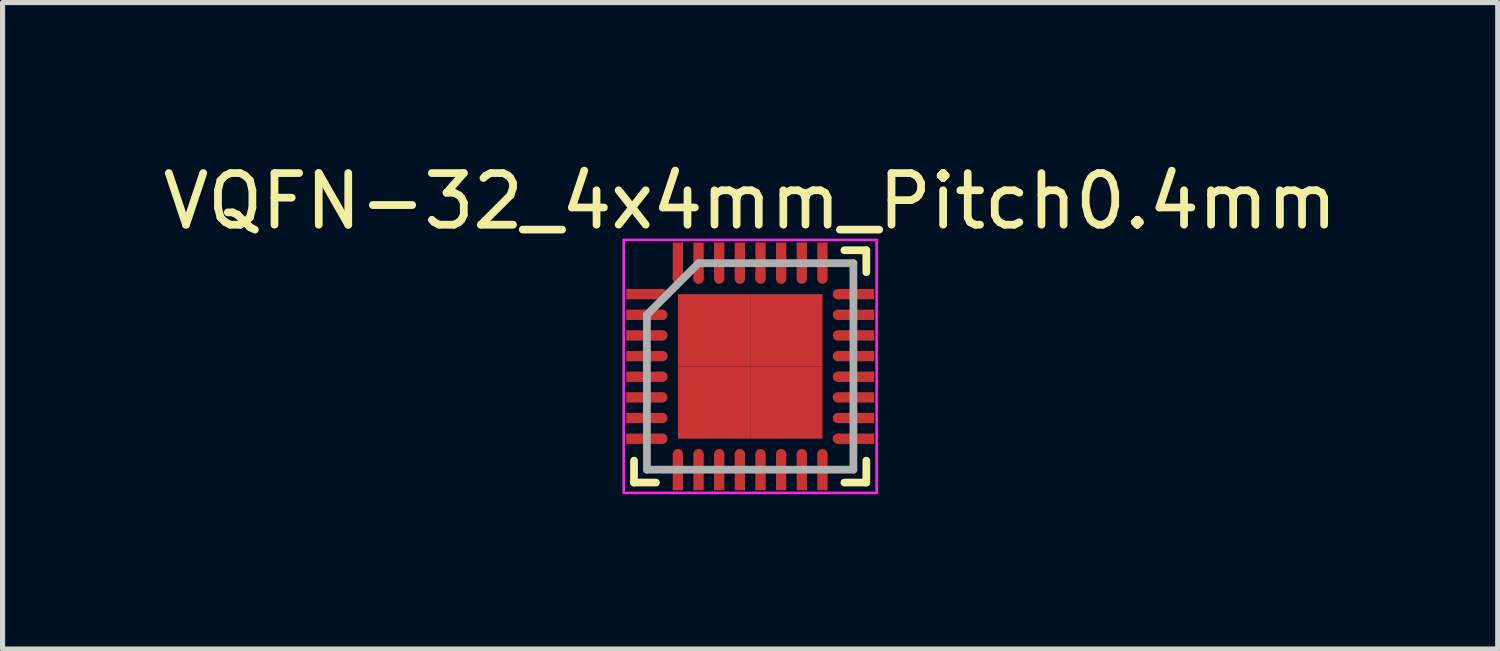
<source format=kicad_pcb>
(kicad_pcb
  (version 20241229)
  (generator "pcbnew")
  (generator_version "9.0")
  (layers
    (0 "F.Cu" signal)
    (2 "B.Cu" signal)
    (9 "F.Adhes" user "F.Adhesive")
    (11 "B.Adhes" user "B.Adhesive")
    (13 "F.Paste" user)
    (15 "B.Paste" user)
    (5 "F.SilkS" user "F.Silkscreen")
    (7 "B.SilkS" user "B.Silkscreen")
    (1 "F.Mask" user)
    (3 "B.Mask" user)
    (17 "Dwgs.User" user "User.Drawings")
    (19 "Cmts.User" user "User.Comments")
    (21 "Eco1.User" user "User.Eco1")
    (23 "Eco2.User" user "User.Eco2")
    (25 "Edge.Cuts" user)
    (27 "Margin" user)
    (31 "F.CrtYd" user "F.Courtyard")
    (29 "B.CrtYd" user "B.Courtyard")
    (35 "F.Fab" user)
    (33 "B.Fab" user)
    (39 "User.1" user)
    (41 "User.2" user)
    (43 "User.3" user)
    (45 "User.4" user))
  (footprint "VQFN-32_4x4mm_Pitch0.4mm"
    (layer "F.Cu")
    (at 11.482 4.048)
    (property "Reference" "VQFN-32_4x4mm_Pitch0.4mm" (at 0 -3.2 0) (layer "F.SilkS") (effects (font (size 1 1) (thickness 0.15))))
    (attr smd)
    (fp_line (start -2.25 2.25) (end -2.25 1.825) (stroke (width 0.15) (type solid)) (layer "F.SilkS"))
    (fp_line (start -2.25 2.25) (end -1.825 2.25) (stroke (width 0.15) (type solid)) (layer "F.SilkS"))
    (fp_line (start 2.25 -2.25) (end 1.825 -2.25) (stroke (width 0.15) (type solid)) (layer "F.SilkS"))
    (fp_line (start 2.25 -2.25) (end 2.25 -1.825) (stroke (width 0.15) (type solid)) (layer "F.SilkS"))
    (fp_line (start 2.25 2.25) (end 1.825 2.25) (stroke (width 0.15) (type solid)) (layer "F.SilkS"))
    (fp_line (start 2.25 2.25) (end 2.25 1.825) (stroke (width 0.15) (type solid)) (layer "F.SilkS"))
    (fp_line (start -2.45 -2.45) (end -2.45 2.45) (stroke (width 0.05) (type solid)) (layer "F.CrtYd"))
    (fp_line (start -2.45 -2.45) (end 2.45 -2.45) (stroke (width 0.05) (type solid)) (layer "F.CrtYd"))
    (fp_line (start -2.45 2.45) (end 2.45 2.45) (stroke (width 0.05) (type solid)) (layer "F.CrtYd"))
    (fp_line (start 2.45 -2.45) (end 2.45 2.45) (stroke (width 0.05) (type solid)) (layer "F.CrtYd"))
    (fp_line (start -2 -1) (end -1 -2) (stroke (width 0.15) (type solid)) (layer "F.Fab"))
    (fp_line (start -2 2) (end -2 -1) (stroke (width 0.15) (type solid)) (layer "F.Fab"))
    (fp_line (start -1 -2) (end 2 -2) (stroke (width 0.15) (type solid)) (layer "F.Fab"))
    (fp_line (start 2 -2) (end 2 2) (stroke (width 0.15) (type solid)) (layer "F.Fab"))
    (fp_line (start 2 2) (end -2 2) (stroke (width 0.15) (type solid)) (layer "F.Fab"))
    (pad "1" smd rect (at -2.05 -1.4) (size 0.7 0.2) (layers "F.Cu" "F.Mask" "F.Paste"))
    (pad "1" smd circle (at -1.7 -1.4 90) (size 0.2 0.2) (layers "F.Cu" "F.Mask" "F.Paste"))
    (pad "2" smd rect (at -2.05 -1) (size 0.7 0.2) (layers "F.Cu" "F.Mask" "F.Paste"))
    (pad "2" smd circle (at -1.7 -1 90) (size 0.2 0.2) (layers "F.Cu" "F.Mask" "F.Paste"))
    (pad "3" smd rect (at -2.05 -0.6) (size 0.7 0.2) (layers "F.Cu" "F.Mask" "F.Paste"))
    (pad "3" smd circle (at -1.7 -0.6 90) (size 0.2 0.2) (layers "F.Cu" "F.Mask" "F.Paste"))
    (pad "4" smd rect (at -2.05 -0.2) (size 0.7 0.2) (layers "F.Cu" "F.Mask" "F.Paste"))
    (pad "4" smd circle (at -1.7 -0.2 90) (size 0.2 0.2) (layers "F.Cu" "F.Mask" "F.Paste"))
    (pad "5" smd rect (at -2.05 0.2) (size 0.7 0.2) (layers "F.Cu" "F.Mask" "F.Paste"))
    (pad "5" smd circle (at -1.7 0.2 90) (size 0.2 0.2) (layers "F.Cu" "F.Mask" "F.Paste"))
    (pad "6" smd rect (at -2.05 0.6) (size 0.7 0.2) (layers "F.Cu" "F.Mask" "F.Paste"))
    (pad "6" smd circle (at -1.7 0.6 90) (size 0.2 0.2) (layers "F.Cu" "F.Mask" "F.Paste"))
    (pad "7" smd rect (at -2.05 1) (size 0.7 0.2) (layers "F.Cu" "F.Mask" "F.Paste"))
    (pad "7" smd circle (at -1.7 1 90) (size 0.2 0.2) (layers "F.Cu" "F.Mask" "F.Paste"))
    (pad "8" smd rect (at -2.05 1.4) (size 0.7 0.2) (layers "F.Cu" "F.Mask" "F.Paste"))
    (pad "8" smd circle (at -1.7 1.4 90) (size 0.2 0.2) (layers "F.Cu" "F.Mask" "F.Paste"))
    (pad "9" smd circle (at -1.4 1.7 90) (size 0.2 0.2) (layers "F.Cu" "F.Mask" "F.Paste"))
    (pad "9" smd rect (at -1.4 2.05 90) (size 0.7 0.2) (layers "F.Cu" "F.Mask" "F.Paste"))
    (pad "10" smd circle (at -1 1.7 90) (size 0.2 0.2) (layers "F.Cu" "F.Mask" "F.Paste"))
    (pad "10" smd rect (at -1 2.05 90) (size 0.7 0.2) (layers "F.Cu" "F.Mask" "F.Paste"))
    (pad "11" smd circle (at -0.6 1.7 90) (size 0.2 0.2) (layers "F.Cu" "F.Mask" "F.Paste"))
    (pad "11" smd rect (at -0.6 2.05 90) (size 0.7 0.2) (layers "F.Cu" "F.Mask" "F.Paste"))
    (pad "12" smd circle (at -0.2 1.7 90) (size 0.2 0.2) (layers "F.Cu" "F.Mask" "F.Paste"))
    (pad "12" smd rect (at -0.2 2.05 90) (size 0.7 0.2) (layers "F.Cu" "F.Mask" "F.Paste"))
    (pad "13" smd circle (at 0.2 1.7 90) (size 0.2 0.2) (layers "F.Cu" "F.Mask" "F.Paste"))
    (pad "13" smd rect (at 0.2 2.05 90) (size 0.7 0.2) (layers "F.Cu" "F.Mask" "F.Paste"))
    (pad "14" smd circle (at 0.6 1.7 90) (size 0.2 0.2) (layers "F.Cu" "F.Mask" "F.Paste"))
    (pad "14" smd rect (at 0.6 2.05 90) (size 0.7 0.2) (layers "F.Cu" "F.Mask" "F.Paste"))
    (pad "15" smd circle (at 1 1.7 90) (size 0.2 0.2) (layers "F.Cu" "F.Mask" "F.Paste"))
    (pad "15" smd rect (at 1 2.05 90) (size 0.7 0.2) (layers "F.Cu" "F.Mask" "F.Paste"))
    (pad "16" smd circle (at 1.4 1.7 90) (size 0.2 0.2) (layers "F.Cu" "F.Mask" "F.Paste"))
    (pad "16" smd rect (at 1.4 2.05 90) (size 0.7 0.2) (layers "F.Cu" "F.Mask" "F.Paste"))
    (pad "17" smd circle (at 1.7 1.4 90) (size 0.2 0.2) (layers "F.Cu" "F.Mask" "F.Paste"))
    (pad "17" smd rect (at 2.05 1.4) (size 0.7 0.2) (layers "F.Cu" "F.Mask" "F.Paste"))
    (pad "18" smd circle (at 1.7 1 90) (size 0.2 0.2) (layers "F.Cu" "F.Mask" "F.Paste"))
    (pad "18" smd rect (at 2.05 1) (size 0.7 0.2) (layers "F.Cu" "F.Mask" "F.Paste"))
    (pad "19" smd circle (at 1.7 0.6 90) (size 0.2 0.2) (layers "F.Cu" "F.Mask" "F.Paste"))
    (pad "19" smd rect (at 2.05 0.6) (size 0.7 0.2) (layers "F.Cu" "F.Mask" "F.Paste"))
    (pad "20" smd circle (at 1.7 0.2 90) (size 0.2 0.2) (layers "F.Cu" "F.Mask" "F.Paste"))
    (pad "20" smd rect (at 2.05 0.2) (size 0.7 0.2) (layers "F.Cu" "F.Mask" "F.Paste"))
    (pad "21" smd circle (at 1.7 -0.2 90) (size 0.2 0.2) (layers "F.Cu" "F.Mask" "F.Paste"))
    (pad "21" smd rect (at 2.05 -0.2) (size 0.7 0.2) (layers "F.Cu" "F.Mask" "F.Paste"))
    (pad "22" smd circle (at 1.7 -0.6 90) (size 0.2 0.2) (layers "F.Cu" "F.Mask" "F.Paste"))
    (pad "22" smd rect (at 2.05 -0.6) (size 0.7 0.2) (layers "F.Cu" "F.Mask" "F.Paste"))
    (pad "23" smd circle (at 1.7 -1 90) (size 0.2 0.2) (layers "F.Cu" "F.Mask" "F.Paste"))
    (pad "23" smd rect (at 2.05 -1) (size 0.7 0.2) (layers "F.Cu" "F.Mask" "F.Paste"))
    (pad "24" smd circle (at 1.7 -1.4 90) (size 0.2 0.2) (layers "F.Cu" "F.Mask" "F.Paste"))
    (pad "24" smd rect (at 2.05 -1.4) (size 0.7 0.2) (layers "F.Cu" "F.Mask" "F.Paste"))
    (pad "25" smd rect (at 1.4 -2.05 90) (size 0.7 0.2) (layers "F.Cu" "F.Mask" "F.Paste"))
    (pad "25" smd circle (at 1.4 -1.7 90) (size 0.2 0.2) (layers "F.Cu" "F.Mask" "F.Paste"))
    (pad "26" smd rect (at 1 -2.05 90) (size 0.7 0.2) (layers "F.Cu" "F.Mask" "F.Paste"))
    (pad "26" smd circle (at 1 -1.7 90) (size 0.2 0.2) (layers "F.Cu" "F.Mask" "F.Paste"))
    (pad "27" smd rect (at 0.6 -2.05 90) (size 0.7 0.2) (layers "F.Cu" "F.Mask" "F.Paste"))
    (pad "27" smd circle (at 0.6 -1.7 90) (size 0.2 0.2) (layers "F.Cu" "F.Mask" "F.Paste"))
    (pad "28" smd rect (at 0.2 -2.05 90) (size 0.7 0.2) (layers "F.Cu" "F.Mask" "F.Paste"))
    (pad "28" smd circle (at 0.2 -1.7 90) (size 0.2 0.2) (layers "F.Cu" "F.Mask" "F.Paste"))
    (pad "29" smd rect (at -0.2 -2.05 90) (size 0.7 0.2) (layers "F.Cu" "F.Mask" "F.Paste"))
    (pad "29" smd circle (at -0.2 -1.7 90) (size 0.2 0.2) (layers "F.Cu" "F.Mask" "F.Paste"))
    (pad "30" smd rect (at -0.6 -2.05 90) (size 0.7 0.2) (layers "F.Cu" "F.Mask" "F.Paste"))
    (pad "30" smd circle (at -0.6 -1.7 90) (size 0.2 0.2) (layers "F.Cu" "F.Mask" "F.Paste"))
    (pad "31" smd rect (at -1 -2.05 90) (size 0.7 0.2) (layers "F.Cu" "F.Mask" "F.Paste"))
    (pad "31" smd circle (at -1 -1.7 90) (size 0.2 0.2) (layers "F.Cu" "F.Mask" "F.Paste"))
    (pad "32" smd rect (at -1.4 -2.05 90) (size 0.7 0.2) (layers "F.Cu" "F.Mask" "F.Paste"))
    (pad "32" smd circle (at -1.4 -1.7 90) (size 0.2 0.2) (layers "F.Cu" "F.Mask" "F.Paste"))
    (pad "33" smd rect (at -0.7 -0.7) (size 1.4 1.4) (layers "F.Cu" "F.Mask" "F.Paste"))
    (pad "33" smd rect (at -0.7 0.7) (size 1.4 1.4) (layers "F.Cu" "F.Mask" "F.Paste"))
    (pad "33" smd rect (at 0.7 -0.7) (size 1.4 1.4) (layers "F.Cu" "F.Mask" "F.Paste"))
    (pad "33" smd rect (at 0.7 0.7) (size 1.4 1.4) (layers "F.Cu" "F.Mask" "F.Paste")))
  (gr_rect
    (start -3 -3)
    (end 25.964 9.523)
    (stroke (width 0.1) (type default))
    (fill no)
    (layer "Edge.Cuts")))
</source>
